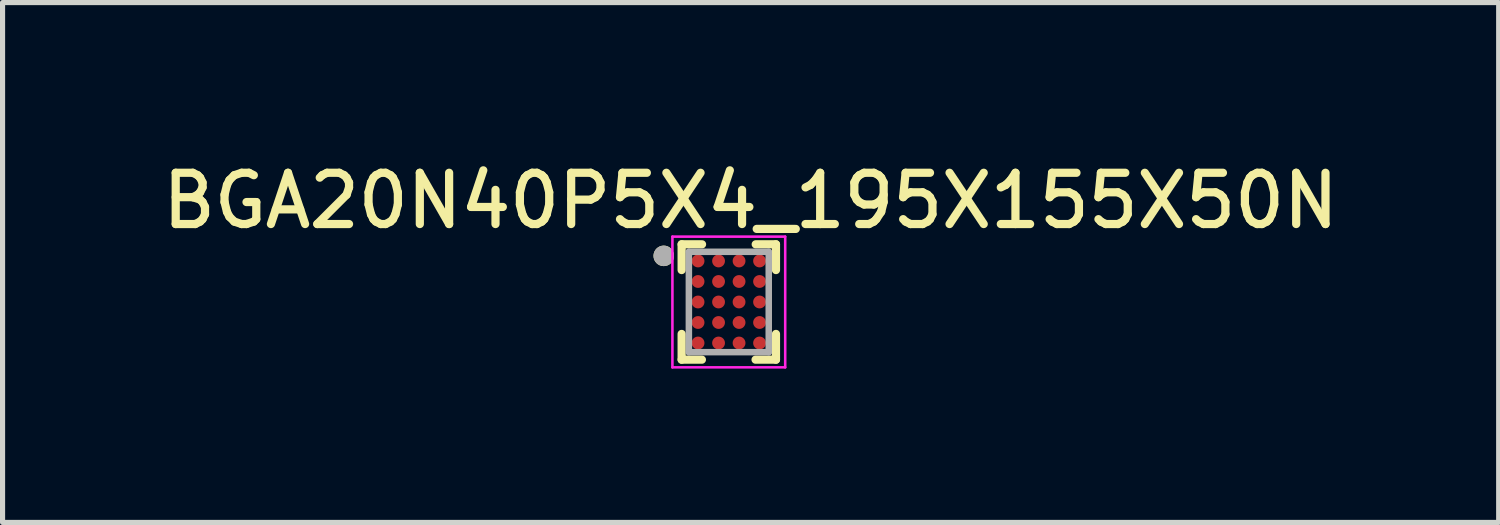
<source format=kicad_pcb>
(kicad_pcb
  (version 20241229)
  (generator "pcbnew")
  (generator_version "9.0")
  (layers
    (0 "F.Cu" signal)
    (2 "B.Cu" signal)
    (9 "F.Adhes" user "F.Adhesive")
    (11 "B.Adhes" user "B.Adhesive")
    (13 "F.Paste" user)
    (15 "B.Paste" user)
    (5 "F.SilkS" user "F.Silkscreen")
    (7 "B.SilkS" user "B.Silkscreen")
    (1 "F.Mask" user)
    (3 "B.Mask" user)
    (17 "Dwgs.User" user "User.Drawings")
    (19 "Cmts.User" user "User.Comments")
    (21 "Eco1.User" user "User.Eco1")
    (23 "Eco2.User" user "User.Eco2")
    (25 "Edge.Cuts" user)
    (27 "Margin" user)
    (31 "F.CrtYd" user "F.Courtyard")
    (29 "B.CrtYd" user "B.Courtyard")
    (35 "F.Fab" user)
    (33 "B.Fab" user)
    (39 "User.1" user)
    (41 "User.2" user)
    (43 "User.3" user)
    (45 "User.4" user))
  (footprint "BGA20N40P5X4_195X155X50N"
    (layer "F.Cu")
    (at 11.167 2.841)
    (property "Reference" "BGA20N40P5X4_195X155X50N" (at 0.425 -1.975 0) (layer "F.SilkS") (effects (font (size 1 1) (thickness 0.16))))
    (attr smd)
    (fp_circle (center -0.6 -0.8) (end -0.512 -0.8) (stroke (width 0.175) (type solid)) (fill no) (layer "F.Mask"))
    (fp_circle (center -0.6 -0.4) (end -0.512 -0.4) (stroke (width 0.175) (type solid)) (fill no) (layer "F.Mask"))
    (fp_circle (center -0.6 0) (end -0.512 0) (stroke (width 0.175) (type solid)) (fill no) (layer "F.Mask"))
    (fp_circle (center -0.6 0.4) (end -0.512 0.4) (stroke (width 0.175) (type solid)) (fill no) (layer "F.Mask"))
    (fp_circle (center -0.6 0.8) (end -0.512 0.8) (stroke (width 0.175) (type solid)) (fill no) (layer "F.Mask"))
    (fp_circle (center -0.2 -0.8) (end -0.113 -0.8) (stroke (width 0.175) (type solid)) (fill no) (layer "F.Mask"))
    (fp_circle (center -0.2 -0.4) (end -0.113 -0.4) (stroke (width 0.175) (type solid)) (fill no) (layer "F.Mask"))
    (fp_circle (center -0.2 0) (end -0.113 0) (stroke (width 0.175) (type solid)) (fill no) (layer "F.Mask"))
    (fp_circle (center -0.2 0.4) (end -0.113 0.4) (stroke (width 0.175) (type solid)) (fill no) (layer "F.Mask"))
    (fp_circle (center -0.2 0.8) (end -0.113 0.8) (stroke (width 0.175) (type solid)) (fill no) (layer "F.Mask"))
    (fp_circle (center 0.2 -0.8) (end 0.287 -0.8) (stroke (width 0.175) (type solid)) (fill no) (layer "F.Mask"))
    (fp_circle (center 0.2 -0.4) (end 0.287 -0.4) (stroke (width 0.175) (type solid)) (fill no) (layer "F.Mask"))
    (fp_circle (center 0.2 0) (end 0.287 0) (stroke (width 0.175) (type solid)) (fill no) (layer "F.Mask"))
    (fp_circle (center 0.2 0.4) (end 0.287 0.4) (stroke (width 0.175) (type solid)) (fill no) (layer "F.Mask"))
    (fp_circle (center 0.2 0.8) (end 0.287 0.8) (stroke (width 0.175) (type solid)) (fill no) (layer "F.Mask"))
    (fp_circle (center 0.6 -0.8) (end 0.688 -0.8) (stroke (width 0.175) (type solid)) (fill no) (layer "F.Mask"))
    (fp_circle (center 0.6 -0.4) (end 0.688 -0.4) (stroke (width 0.175) (type solid)) (fill no) (layer "F.Mask"))
    (fp_circle (center 0.6 0) (end 0.688 0) (stroke (width 0.175) (type solid)) (fill no) (layer "F.Mask"))
    (fp_circle (center 0.6 0.4) (end 0.688 0.4) (stroke (width 0.175) (type solid)) (fill no) (layer "F.Mask"))
    (fp_circle (center 0.6 0.8) (end 0.688 0.8) (stroke (width 0.175) (type solid)) (fill no) (layer "F.Mask"))
    (fp_line (start -0.92 -1.125) (end -0.92 -0.623) (stroke (width 0.16) (type solid)) (layer "F.SilkS"))
    (fp_line (start -0.92 -1.125) (end -0.522 -1.125) (stroke (width 0.16) (type solid)) (layer "F.SilkS"))
    (fp_line (start -0.92 1.125) (end -0.92 0.623) (stroke (width 0.16) (type solid)) (layer "F.SilkS"))
    (fp_line (start -0.525 1.125) (end -0.92 1.125) (stroke (width 0.16) (type solid)) (layer "F.SilkS"))
    (fp_line (start 0.525 -1.125) (end 0.92 -1.125) (stroke (width 0.16) (type solid)) (layer "F.SilkS"))
    (fp_line (start 0.92 -1.125) (end 0.92 -0.623) (stroke (width 0.16) (type solid)) (layer "F.SilkS"))
    (fp_line (start 0.92 1.125) (end 0.522 1.125) (stroke (width 0.16) (type solid)) (layer "F.SilkS"))
    (fp_line (start 0.92 1.125) (end 0.92 0.623) (stroke (width 0.16) (type solid)) (layer "F.SilkS"))
    (fp_circle (center -1.269 -0.9) (end -1.169 -0.9) (stroke (width 0.2) (type solid)) (fill no) (layer "F.SilkS"))
    (fp_line (start -1.1 -1.275) (end 1.1 -1.275) (stroke (width 0.05) (type solid)) (layer "F.CrtYd"))
    (fp_line (start -1.1 1.275) (end -1.1 -1.275) (stroke (width 0.05) (type solid)) (layer "F.CrtYd"))
    (fp_line (start -1.1 1.275) (end 1.1 1.275) (stroke (width 0.05) (type solid)) (layer "F.CrtYd"))
    (fp_line (start 1.1 1.275) (end 1.1 -1.275) (stroke (width 0.05) (type solid)) (layer "F.CrtYd"))
    (fp_line (start -0.779 0.979) (end -0.779 -0.979) (stroke (width 0.127) (type solid)) (layer "F.Fab"))
    (fp_line (start 0.779 -0.979) (end -0.779 -0.979) (stroke (width 0.127) (type solid)) (layer "F.Fab"))
    (fp_line (start 0.779 0.979) (end -0.779 0.979) (stroke (width 0.127) (type solid)) (layer "F.Fab"))
    (fp_line (start 0.779 0.979) (end 0.779 -0.979) (stroke (width 0.127) (type solid)) (layer "F.Fab"))
    (fp_circle (center -1.269 -0.9) (end -1.169 -0.9) (stroke (width 0.2) (type solid)) (fill no) (layer "F.Fab"))
    (pad "A1" smd circle (at -0.6 -0.8) (size 0.25 0.25) (layers "F.Cu" "F.Paste"))
    (pad "A2" smd circle (at -0.2 -0.8) (size 0.25 0.25) (layers "F.Cu" "F.Paste"))
    (pad "A3" smd circle (at 0.2 -0.8) (size 0.25 0.25) (layers "F.Cu" "F.Paste"))
    (pad "A4" smd circle (at 0.6 -0.8) (size 0.25 0.25) (layers "F.Cu" "F.Paste"))
    (pad "B1" smd circle (at -0.6 -0.4) (size 0.25 0.25) (layers "F.Cu" "F.Paste"))
    (pad "B2" smd circle (at -0.2 -0.4) (size 0.25 0.25) (layers "F.Cu" "F.Paste"))
    (pad "B3" smd circle (at 0.2 -0.4) (size 0.25 0.25) (layers "F.Cu" "F.Paste"))
    (pad "B4" smd circle (at 0.6 -0.4) (size 0.25 0.25) (layers "F.Cu" "F.Paste"))
    (pad "C1" smd circle (at -0.6 0) (size 0.25 0.25) (layers "F.Cu" "F.Paste"))
    (pad "C2" smd circle (at -0.2 0) (size 0.25 0.25) (layers "F.Cu" "F.Paste"))
    (pad "C3" smd circle (at 0.2 0) (size 0.25 0.25) (layers "F.Cu" "F.Paste"))
    (pad "C4" smd circle (at 0.6 0) (size 0.25 0.25) (layers "F.Cu" "F.Paste"))
    (pad "D1" smd circle (at -0.6 0.4) (size 0.25 0.25) (layers "F.Cu" "F.Paste"))
    (pad "D2" smd circle (at -0.2 0.4) (size 0.25 0.25) (layers "F.Cu" "F.Paste"))
    (pad "D3" smd circle (at 0.2 0.4) (size 0.25 0.25) (layers "F.Cu" "F.Paste"))
    (pad "D4" smd circle (at 0.6 0.4) (size 0.25 0.25) (layers "F.Cu" "F.Paste"))
    (pad "E1" smd circle (at -0.6 0.8) (size 0.25 0.25) (layers "F.Cu" "F.Paste"))
    (pad "E2" smd circle (at -0.2 0.8) (size 0.25 0.25) (layers "F.Cu" "F.Paste"))
    (pad "E3" smd circle (at 0.2 0.8) (size 0.25 0.25) (layers "F.Cu" "F.Paste"))
    (pad "E4" smd circle (at 0.6 0.8) (size 0.25 0.25) (layers "F.Cu" "F.Paste")))
  (gr_rect
    (start -3 -3)
    (end 26.185 7.141)
    (stroke (width 0.1) (type default))
    (fill no)
    (layer "Edge.Cuts")))
</source>
